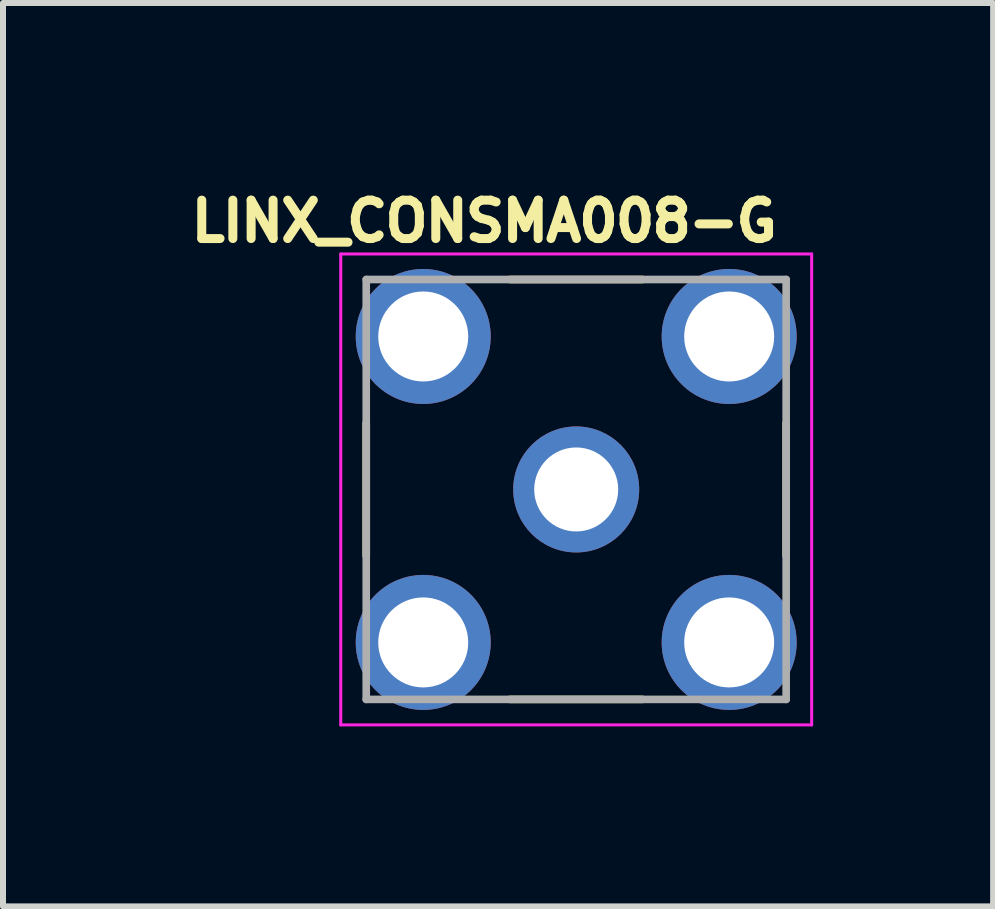
<source format=kicad_pcb>
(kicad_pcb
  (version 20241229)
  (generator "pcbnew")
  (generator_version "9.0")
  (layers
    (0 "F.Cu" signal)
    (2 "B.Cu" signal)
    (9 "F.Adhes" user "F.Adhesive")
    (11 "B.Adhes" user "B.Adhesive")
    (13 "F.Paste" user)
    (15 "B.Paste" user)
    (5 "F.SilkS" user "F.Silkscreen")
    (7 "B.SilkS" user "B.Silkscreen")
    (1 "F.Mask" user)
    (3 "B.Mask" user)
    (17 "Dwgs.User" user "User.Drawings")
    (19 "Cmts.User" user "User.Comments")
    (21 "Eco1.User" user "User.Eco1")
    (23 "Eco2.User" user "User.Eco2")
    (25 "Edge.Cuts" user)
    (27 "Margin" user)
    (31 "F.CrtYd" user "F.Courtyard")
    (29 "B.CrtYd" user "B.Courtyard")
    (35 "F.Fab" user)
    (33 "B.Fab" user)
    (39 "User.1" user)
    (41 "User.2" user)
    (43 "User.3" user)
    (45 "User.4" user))
  (footprint "LINX_CONSMA008-G"
    (layer "F.Cu")
    (at 6.555 5.109)
    (property "Reference" "LINX_CONSMA008-G" (at -1.533 -4.471 0) (layer "F.SilkS") (effects (font (size 0.64 0.64) (thickness 0.15))))
    (attr through_hole)
    (fp_line (start -3.5 -1.105) (end -3.5 1.105) (stroke (width 0.127) (type solid)) (layer "F.SilkS"))
    (fp_line (start 1.105 -3.5) (end -1.105 -3.5) (stroke (width 0.127) (type solid)) (layer "F.SilkS"))
    (fp_line (start 1.105 3.5) (end -1.105 3.5) (stroke (width 0.127) (type solid)) (layer "F.SilkS"))
    (fp_line (start 3.5 -1.105) (end 3.5 1.105) (stroke (width 0.127) (type solid)) (layer "F.SilkS"))
    (fp_line (start -3.925 -3.925) (end -3.925 3.925) (stroke (width 0.05) (type solid)) (layer "F.CrtYd"))
    (fp_line (start -3.925 3.925) (end 3.925 3.925) (stroke (width 0.05) (type solid)) (layer "F.CrtYd"))
    (fp_line (start 3.925 -3.925) (end -3.925 -3.925) (stroke (width 0.05) (type solid)) (layer "F.CrtYd"))
    (fp_line (start 3.925 3.925) (end 3.925 -3.925) (stroke (width 0.05) (type solid)) (layer "F.CrtYd"))
    (fp_line (start -3.5 -3.5) (end -3.5 3.5) (stroke (width 0.127) (type solid)) (layer "F.Fab"))
    (fp_line (start -3.5 3.5) (end 3.5 3.5) (stroke (width 0.127) (type solid)) (layer "F.Fab"))
    (fp_line (start 3.5 -3.5) (end -3.5 -3.5) (stroke (width 0.127) (type solid)) (layer "F.Fab"))
    (fp_line (start 3.5 3.5) (end 3.5 -3.5) (stroke (width 0.127) (type solid)) (layer "F.Fab"))
    (pad "1" thru_hole circle (at 0 0) (size 2.1 2.1) (drill 1.4) (layers "*.Cu" "*.Mask"))
    (pad "S1" thru_hole circle (at -2.55 -2.55) (size 2.25 2.25) (drill 1.5) (layers "*.Cu" "*.Mask"))
    (pad "S2" thru_hole circle (at -2.55 2.55) (size 2.25 2.25) (drill 1.5) (layers "*.Cu" "*.Mask"))
    (pad "S3" thru_hole circle (at 2.55 2.55) (size 2.25 2.25) (drill 1.5) (layers "*.Cu" "*.Mask"))
    (pad "S4" thru_hole circle (at 2.55 -2.55) (size 2.25 2.25) (drill 1.5) (layers "*.Cu" "*.Mask")))
  (gr_rect
    (start -3 -3)
    (end 13.505 12.059)
    (stroke (width 0.1) (type default))
    (fill no)
    (layer "Edge.Cuts")))
</source>
